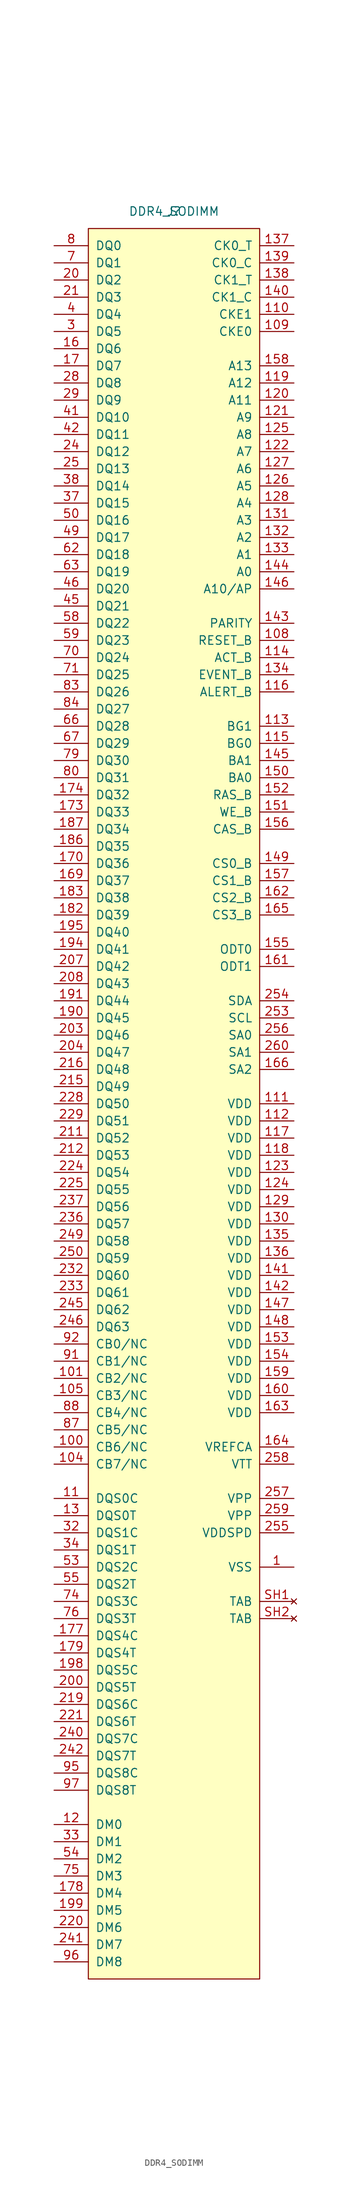
<source format=kicad_sym>
(kicad_symbol_lib
  (version 20231120)
  (generator "kicad_symbol_editor")
  (generator_version "8.0")
  (symbol "DDR4_SODIMM"
    (pin_names
      (offset 1.016))
    (property "Reference" "J"
      (at 0 0 0)
      (effects (font (size 1.27 1.27))))
    (property "Value" "DDR4_SODIMM"
      (at 0 0 0)
      (effects (font (size 1.27 1.27))))
    (symbol "DDR4_SODIMM_0_1"
      (rectangle (start -12.7 -2.54) (end 12.7 -261.62) (stroke (width 0) (type default)) (fill (type background))))
    (symbol "DDR4_SODIMM_1_1"
      (pin power_in line (at 17.78 -200.66 180) (length 5.08) (name "VSS" (effects (font (size 1.27 1.27)))) (number "1" (effects (font (size 1.27 1.27)))))
      (pin power_in line (at 17.78 -200.66 180) (length 5.08) hide (name "VSS" (effects (font (size 1.27 1.27)))) (number "10" (effects (font (size 1.27 1.27)))))
      (pin bidirectional line (at -17.78 -182.88 0) (length 5.08) (name "CB6/NC" (effects (font (size 1.27 1.27)))) (number "100" (effects (font (size 1.27 1.27)))))
      (pin bidirectional line (at -17.78 -172.72 0) (length 5.08) (name "CB2/NC" (effects (font (size 1.27 1.27)))) (number "101" (effects (font (size 1.27 1.27)))))
      (pin power_in line (at 17.78 -200.66 180) (length 5.08) hide (name "VSS" (effects (font (size 1.27 1.27)))) (number "102" (effects (font (size 1.27 1.27)))))
      (pin power_in line (at 17.78 -200.66 180) (length 5.08) hide (name "VSS" (effects (font (size 1.27 1.27)))) (number "103" (effects (font (size 1.27 1.27)))))
      (pin bidirectional line (at -17.78 -185.42 0) (length 5.08) (name "CB7/NC" (effects (font (size 1.27 1.27)))) (number "104" (effects (font (size 1.27 1.27)))))
      (pin bidirectional line (at -17.78 -175.26 0) (length 5.08) (name "CB3/NC" (effects (font (size 1.27 1.27)))) (number "105" (effects (font (size 1.27 1.27)))))
      (pin power_in line (at 17.78 -200.66 180) (length 5.08) hide (name "VSS" (effects (font (size 1.27 1.27)))) (number "106" (effects (font (size 1.27 1.27)))))
      (pin power_in line (at 17.78 -200.66 180) (length 5.08) hide (name "VSS" (effects (font (size 1.27 1.27)))) (number "107" (effects (font (size 1.27 1.27)))))
      (pin input line (at 17.78 -63.5 180) (length 5.08) (name "RESET_B" (effects (font (size 1.27 1.27)))) (number "108" (effects (font (size 1.27 1.27)))))
      (pin input line (at 17.78 -17.78 180) (length 5.08) (name "CKE0" (effects (font (size 1.27 1.27)))) (number "109" (effects (font (size 1.27 1.27)))))
      (pin bidirectional line (at -17.78 -190.5 0) (length 5.08) (name "DQS0C" (effects (font (size 1.27 1.27)))) (number "11" (effects (font (size 1.27 1.27)))))
      (pin input line (at 17.78 -15.24 180) (length 5.08) (name "CKE1" (effects (font (size 1.27 1.27)))) (number "110" (effects (font (size 1.27 1.27)))))
      (pin power_in line (at 17.78 -132.08 180) (length 5.08) (name "VDD" (effects (font (size 1.27 1.27)))) (number "111" (effects (font (size 1.27 1.27)))))
      (pin power_in line (at 17.78 -134.62 180) (length 5.08) (name "VDD" (effects (font (size 1.27 1.27)))) (number "112" (effects (font (size 1.27 1.27)))))
      (pin input line (at 17.78 -76.2 180) (length 5.08) (name "BG1" (effects (font (size 1.27 1.27)))) (number "113" (effects (font (size 1.27 1.27)))))
      (pin input line (at 17.78 -66.04 180) (length 5.08) (name "ACT_B" (effects (font (size 1.27 1.27)))) (number "114" (effects (font (size 1.27 1.27)))))
      (pin input line (at 17.78 -78.74 180) (length 5.08) (name "BG0" (effects (font (size 1.27 1.27)))) (number "115" (effects (font (size 1.27 1.27)))))
      (pin input line (at 17.78 -71.12 180) (length 5.08) (name "ALERT_B" (effects (font (size 1.27 1.27)))) (number "116" (effects (font (size 1.27 1.27)))))
      (pin power_in line (at 17.78 -137.16 180) (length 5.08) (name "VDD" (effects (font (size 1.27 1.27)))) (number "117" (effects (font (size 1.27 1.27)))))
      (pin power_in line (at 17.78 -139.7 180) (length 5.08) (name "VDD" (effects (font (size 1.27 1.27)))) (number "118" (effects (font (size 1.27 1.27)))))
      (pin input line (at 17.78 -25.4 180) (length 5.08) (name "A12" (effects (font (size 1.27 1.27)))) (number "119" (effects (font (size 1.27 1.27)))))
      (pin input line (at -17.78 -238.76 0) (length 5.08) (name "DM0" (effects (font (size 1.27 1.27)))) (number "12" (effects (font (size 1.27 1.27)))))
      (pin input line (at 17.78 -27.94 180) (length 5.08) (name "A11" (effects (font (size 1.27 1.27)))) (number "120" (effects (font (size 1.27 1.27)))))
      (pin input line (at 17.78 -30.48 180) (length 5.08) (name "A9" (effects (font (size 1.27 1.27)))) (number "121" (effects (font (size 1.27 1.27)))))
      (pin input line (at 17.78 -35.56 180) (length 5.08) (name "A7" (effects (font (size 1.27 1.27)))) (number "122" (effects (font (size 1.27 1.27)))))
      (pin power_in line (at 17.78 -142.24 180) (length 5.08) (name "VDD" (effects (font (size 1.27 1.27)))) (number "123" (effects (font (size 1.27 1.27)))))
      (pin power_in line (at 17.78 -144.78 180) (length 5.08) (name "VDD" (effects (font (size 1.27 1.27)))) (number "124" (effects (font (size 1.27 1.27)))))
      (pin input line (at 17.78 -33.02 180) (length 5.08) (name "A8" (effects (font (size 1.27 1.27)))) (number "125" (effects (font (size 1.27 1.27)))))
      (pin input line (at 17.78 -40.64 180) (length 5.08) (name "A5" (effects (font (size 1.27 1.27)))) (number "126" (effects (font (size 1.27 1.27)))))
      (pin input line (at 17.78 -38.1 180) (length 5.08) (name "A6" (effects (font (size 1.27 1.27)))) (number "127" (effects (font (size 1.27 1.27)))))
      (pin input line (at 17.78 -43.18 180) (length 5.08) (name "A4" (effects (font (size 1.27 1.27)))) (number "128" (effects (font (size 1.27 1.27)))))
      (pin power_in line (at 17.78 -147.32 180) (length 5.08) (name "VDD" (effects (font (size 1.27 1.27)))) (number "129" (effects (font (size 1.27 1.27)))))
      (pin bidirectional line (at -17.78 -193.04 0) (length 5.08) (name "DQS0T" (effects (font (size 1.27 1.27)))) (number "13" (effects (font (size 1.27 1.27)))))
      (pin power_in line (at 17.78 -149.86 180) (length 5.08) (name "VDD" (effects (font (size 1.27 1.27)))) (number "130" (effects (font (size 1.27 1.27)))))
      (pin input line (at 17.78 -45.72 180) (length 5.08) (name "A3" (effects (font (size 1.27 1.27)))) (number "131" (effects (font (size 1.27 1.27)))))
      (pin input line (at 17.78 -48.26 180) (length 5.08) (name "A2" (effects (font (size 1.27 1.27)))) (number "132" (effects (font (size 1.27 1.27)))))
      (pin input line (at 17.78 -50.8 180) (length 5.08) (name "A1" (effects (font (size 1.27 1.27)))) (number "133" (effects (font (size 1.27 1.27)))))
      (pin input line (at 17.78 -68.58 180) (length 5.08) (name "EVENT_B" (effects (font (size 1.27 1.27)))) (number "134" (effects (font (size 1.27 1.27)))))
      (pin power_in line (at 17.78 -152.4 180) (length 5.08) (name "VDD" (effects (font (size 1.27 1.27)))) (number "135" (effects (font (size 1.27 1.27)))))
      (pin power_in line (at 17.78 -154.94 180) (length 5.08) (name "VDD" (effects (font (size 1.27 1.27)))) (number "136" (effects (font (size 1.27 1.27)))))
      (pin input line (at 17.78 -5.08 180) (length 5.08) (name "CK0_T" (effects (font (size 1.27 1.27)))) (number "137" (effects (font (size 1.27 1.27)))))
      (pin input line (at 17.78 -10.16 180) (length 5.08) (name "CK1_T" (effects (font (size 1.27 1.27)))) (number "138" (effects (font (size 1.27 1.27)))))
      (pin input line (at 17.78 -7.62 180) (length 5.08) (name "CK0_C" (effects (font (size 1.27 1.27)))) (number "139" (effects (font (size 1.27 1.27)))))
      (pin power_in line (at 17.78 -200.66 180) (length 5.08) hide (name "VSS" (effects (font (size 1.27 1.27)))) (number "14" (effects (font (size 1.27 1.27)))))
      (pin input line (at 17.78 -12.7 180) (length 5.08) (name "CK1_C" (effects (font (size 1.27 1.27)))) (number "140" (effects (font (size 1.27 1.27)))))
      (pin power_in line (at 17.78 -157.48 180) (length 5.08) (name "VDD" (effects (font (size 1.27 1.27)))) (number "141" (effects (font (size 1.27 1.27)))))
      (pin power_in line (at 17.78 -160.02 180) (length 5.08) (name "VDD" (effects (font (size 1.27 1.27)))) (number "142" (effects (font (size 1.27 1.27)))))
      (pin input line (at 17.78 -60.96 180) (length 5.08) (name "PARITY" (effects (font (size 1.27 1.27)))) (number "143" (effects (font (size 1.27 1.27)))))
      (pin input line (at 17.78 -53.34 180) (length 5.08) (name "A0" (effects (font (size 1.27 1.27)))) (number "144" (effects (font (size 1.27 1.27)))))
      (pin input line (at 17.78 -81.28 180) (length 5.08) (name "BA1" (effects (font (size 1.27 1.27)))) (number "145" (effects (font (size 1.27 1.27)))))
      (pin input line (at 17.78 -55.88 180) (length 5.08) (name "A10/AP" (effects (font (size 1.27 1.27)))) (number "146" (effects (font (size 1.27 1.27)))))
      (pin power_in line (at 17.78 -162.56 180) (length 5.08) (name "VDD" (effects (font (size 1.27 1.27)))) (number "147" (effects (font (size 1.27 1.27)))))
      (pin power_in line (at 17.78 -165.1 180) (length 5.08) (name "VDD" (effects (font (size 1.27 1.27)))) (number "148" (effects (font (size 1.27 1.27)))))
      (pin input line (at 17.78 -96.52 180) (length 5.08) (name "CS0_B" (effects (font (size 1.27 1.27)))) (number "149" (effects (font (size 1.27 1.27)))))
      (pin power_in line (at 17.78 -200.66 180) (length 5.08) hide (name "VSS" (effects (font (size 1.27 1.27)))) (number "15" (effects (font (size 1.27 1.27)))))
      (pin input line (at 17.78 -83.82 180) (length 5.08) (name "BA0" (effects (font (size 1.27 1.27)))) (number "150" (effects (font (size 1.27 1.27)))))
      (pin input line (at 17.78 -88.9 180) (length 5.08) (name "WE_B" (effects (font (size 1.27 1.27)))) (number "151" (effects (font (size 1.27 1.27)))))
      (pin input line (at 17.78 -86.36 180) (length 5.08) (name "RAS_B" (effects (font (size 1.27 1.27)))) (number "152" (effects (font (size 1.27 1.27)))))
      (pin power_in line (at 17.78 -167.64 180) (length 5.08) (name "VDD" (effects (font (size 1.27 1.27)))) (number "153" (effects (font (size 1.27 1.27)))))
      (pin power_in line (at 17.78 -170.18 180) (length 5.08) (name "VDD" (effects (font (size 1.27 1.27)))) (number "154" (effects (font (size 1.27 1.27)))))
      (pin input line (at 17.78 -109.22 180) (length 5.08) (name "ODT0" (effects (font (size 1.27 1.27)))) (number "155" (effects (font (size 1.27 1.27)))))
      (pin input line (at 17.78 -91.44 180) (length 5.08) (name "CAS_B" (effects (font (size 1.27 1.27)))) (number "156" (effects (font (size 1.27 1.27)))))
      (pin input line (at 17.78 -99.06 180) (length 5.08) (name "CS1_B" (effects (font (size 1.27 1.27)))) (number "157" (effects (font (size 1.27 1.27)))))
      (pin input line (at 17.78 -22.86 180) (length 5.08) (name "A13" (effects (font (size 1.27 1.27)))) (number "158" (effects (font (size 1.27 1.27)))))
      (pin power_in line (at 17.78 -172.72 180) (length 5.08) (name "VDD" (effects (font (size 1.27 1.27)))) (number "159" (effects (font (size 1.27 1.27)))))
      (pin bidirectional line (at -17.78 -20.32 0) (length 5.08) (name "DQ6" (effects (font (size 1.27 1.27)))) (number "16" (effects (font (size 1.27 1.27)))))
      (pin power_in line (at 17.78 -175.26 180) (length 5.08) (name "VDD" (effects (font (size 1.27 1.27)))) (number "160" (effects (font (size 1.27 1.27)))))
      (pin input line (at 17.78 -111.76 180) (length 5.08) (name "ODT1" (effects (font (size 1.27 1.27)))) (number "161" (effects (font (size 1.27 1.27)))))
      (pin input line (at 17.78 -101.6 180) (length 5.08) (name "CS2_B" (effects (font (size 1.27 1.27)))) (number "162" (effects (font (size 1.27 1.27)))))
      (pin power_in line (at 17.78 -177.8 180) (length 5.08) (name "VDD" (effects (font (size 1.27 1.27)))) (number "163" (effects (font (size 1.27 1.27)))))
      (pin power_in line (at 17.78 -182.88 180) (length 5.08) (name "VREFCA" (effects (font (size 1.27 1.27)))) (number "164" (effects (font (size 1.27 1.27)))))
      (pin input line (at 17.78 -104.14 180) (length 5.08) (name "CS3_B" (effects (font (size 1.27 1.27)))) (number "165" (effects (font (size 1.27 1.27)))))
      (pin bidirectional line (at 17.78 -127 180) (length 5.08) (name "SA2" (effects (font (size 1.27 1.27)))) (number "166" (effects (font (size 1.27 1.27)))))
      (pin power_in line (at 17.78 -200.66 180) (length 5.08) hide (name "VSS" (effects (font (size 1.27 1.27)))) (number "167" (effects (font (size 1.27 1.27)))))
      (pin power_in line (at 17.78 -200.66 180) (length 5.08) hide (name "VSS" (effects (font (size 1.27 1.27)))) (number "168" (effects (font (size 1.27 1.27)))))
      (pin bidirectional line (at -17.78 -99.06 0) (length 5.08) (name "DQ37" (effects (font (size 1.27 1.27)))) (number "169" (effects (font (size 1.27 1.27)))))
      (pin bidirectional line (at -17.78 -22.86 0) (length 5.08) (name "DQ7" (effects (font (size 1.27 1.27)))) (number "17" (effects (font (size 1.27 1.27)))))
      (pin bidirectional line (at -17.78 -96.52 0) (length 5.08) (name "DQ36" (effects (font (size 1.27 1.27)))) (number "170" (effects (font (size 1.27 1.27)))))
      (pin power_in line (at 17.78 -200.66 180) (length 5.08) hide (name "VSS" (effects (font (size 1.27 1.27)))) (number "171" (effects (font (size 1.27 1.27)))))
      (pin power_in line (at 17.78 -200.66 180) (length 5.08) hide (name "VSS" (effects (font (size 1.27 1.27)))) (number "172" (effects (font (size 1.27 1.27)))))
      (pin bidirectional line (at -17.78 -88.9 0) (length 5.08) (name "DQ33" (effects (font (size 1.27 1.27)))) (number "173" (effects (font (size 1.27 1.27)))))
      (pin bidirectional line (at -17.78 -86.36 0) (length 5.08) (name "DQ32" (effects (font (size 1.27 1.27)))) (number "174" (effects (font (size 1.27 1.27)))))
      (pin power_in line (at 17.78 -200.66 180) (length 5.08) hide (name "VSS" (effects (font (size 1.27 1.27)))) (number "175" (effects (font (size 1.27 1.27)))))
      (pin power_in line (at 17.78 -200.66 180) (length 5.08) hide (name "VSS" (effects (font (size 1.27 1.27)))) (number "176" (effects (font (size 1.27 1.27)))))
      (pin bidirectional line (at -17.78 -210.82 0) (length 5.08) (name "DQS4C" (effects (font (size 1.27 1.27)))) (number "177" (effects (font (size 1.27 1.27)))))
      (pin input line (at -17.78 -248.92 0) (length 5.08) (name "DM4" (effects (font (size 1.27 1.27)))) (number "178" (effects (font (size 1.27 1.27)))))
      (pin bidirectional line (at -17.78 -213.36 0) (length 5.08) (name "DQS4T" (effects (font (size 1.27 1.27)))) (number "179" (effects (font (size 1.27 1.27)))))
      (pin power_in line (at 17.78 -200.66 180) (length 5.08) hide (name "VSS" (effects (font (size 1.27 1.27)))) (number "18" (effects (font (size 1.27 1.27)))))
      (pin power_in line (at 17.78 -200.66 180) (length 5.08) hide (name "VSS" (effects (font (size 1.27 1.27)))) (number "180" (effects (font (size 1.27 1.27)))))
      (pin power_in line (at 17.78 -200.66 180) (length 5.08) hide (name "VSS" (effects (font (size 1.27 1.27)))) (number "181" (effects (font (size 1.27 1.27)))))
      (pin bidirectional line (at -17.78 -104.14 0) (length 5.08) (name "DQ39" (effects (font (size 1.27 1.27)))) (number "182" (effects (font (size 1.27 1.27)))))
      (pin bidirectional line (at -17.78 -101.6 0) (length 5.08) (name "DQ38" (effects (font (size 1.27 1.27)))) (number "183" (effects (font (size 1.27 1.27)))))
      (pin power_in line (at 17.78 -200.66 180) (length 5.08) hide (name "VSS" (effects (font (size 1.27 1.27)))) (number "184" (effects (font (size 1.27 1.27)))))
      (pin power_in line (at 17.78 -200.66 180) (length 5.08) hide (name "VSS" (effects (font (size 1.27 1.27)))) (number "185" (effects (font (size 1.27 1.27)))))
      (pin bidirectional line (at -17.78 -93.98 0) (length 5.08) (name "DQ35" (effects (font (size 1.27 1.27)))) (number "186" (effects (font (size 1.27 1.27)))))
      (pin bidirectional line (at -17.78 -91.44 0) (length 5.08) (name "DQ34" (effects (font (size 1.27 1.27)))) (number "187" (effects (font (size 1.27 1.27)))))
      (pin power_in line (at 17.78 -200.66 180) (length 5.08) hide (name "VSS" (effects (font (size 1.27 1.27)))) (number "188" (effects (font (size 1.27 1.27)))))
      (pin power_in line (at 17.78 -200.66 180) (length 5.08) hide (name "VSS" (effects (font (size 1.27 1.27)))) (number "189" (effects (font (size 1.27 1.27)))))
      (pin power_in line (at 17.78 -200.66 180) (length 5.08) hide (name "VSS" (effects (font (size 1.27 1.27)))) (number "19" (effects (font (size 1.27 1.27)))))
      (pin bidirectional line (at -17.78 -119.38 0) (length 5.08) (name "DQ45" (effects (font (size 1.27 1.27)))) (number "190" (effects (font (size 1.27 1.27)))))
      (pin bidirectional line (at -17.78 -116.84 0) (length 5.08) (name "DQ44" (effects (font (size 1.27 1.27)))) (number "191" (effects (font (size 1.27 1.27)))))
      (pin power_in line (at 17.78 -200.66 180) (length 5.08) hide (name "VSS" (effects (font (size 1.27 1.27)))) (number "192" (effects (font (size 1.27 1.27)))))
      (pin power_in line (at 17.78 -200.66 180) (length 5.08) hide (name "VSS" (effects (font (size 1.27 1.27)))) (number "193" (effects (font (size 1.27 1.27)))))
      (pin bidirectional line (at -17.78 -109.22 0) (length 5.08) (name "DQ41" (effects (font (size 1.27 1.27)))) (number "194" (effects (font (size 1.27 1.27)))))
      (pin bidirectional line (at -17.78 -106.68 0) (length 5.08) (name "DQ40" (effects (font (size 1.27 1.27)))) (number "195" (effects (font (size 1.27 1.27)))))
      (pin power_in line (at 17.78 -200.66 180) (length 5.08) hide (name "VSS" (effects (font (size 1.27 1.27)))) (number "196" (effects (font (size 1.27 1.27)))))
      (pin power_in line (at 17.78 -200.66 180) (length 5.08) hide (name "VSS" (effects (font (size 1.27 1.27)))) (number "197" (effects (font (size 1.27 1.27)))))
      (pin bidirectional line (at -17.78 -215.9 0) (length 5.08) (name "DQS5C" (effects (font (size 1.27 1.27)))) (number "198" (effects (font (size 1.27 1.27)))))
      (pin input line (at -17.78 -251.46 0) (length 5.08) (name "DM5" (effects (font (size 1.27 1.27)))) (number "199" (effects (font (size 1.27 1.27)))))
      (pin power_in line (at 17.78 -200.66 180) (length 5.08) hide (name "VSS" (effects (font (size 1.27 1.27)))) (number "2" (effects (font (size 1.27 1.27)))))
      (pin bidirectional line (at -17.78 -10.16 0) (length 5.08) (name "DQ2" (effects (font (size 1.27 1.27)))) (number "20" (effects (font (size 1.27 1.27)))))
      (pin bidirectional line (at -17.78 -218.44 0) (length 5.08) (name "DQS5T" (effects (font (size 1.27 1.27)))) (number "200" (effects (font (size 1.27 1.27)))))
      (pin power_in line (at 17.78 -200.66 180) (length 5.08) hide (name "VSS" (effects (font (size 1.27 1.27)))) (number "201" (effects (font (size 1.27 1.27)))))
      (pin power_in line (at 17.78 -200.66 180) (length 5.08) hide (name "VSS" (effects (font (size 1.27 1.27)))) (number "202" (effects (font (size 1.27 1.27)))))
      (pin bidirectional line (at -17.78 -121.92 0) (length 5.08) (name "DQ46" (effects (font (size 1.27 1.27)))) (number "203" (effects (font (size 1.27 1.27)))))
      (pin bidirectional line (at -17.78 -124.46 0) (length 5.08) (name "DQ47" (effects (font (size 1.27 1.27)))) (number "204" (effects (font (size 1.27 1.27)))))
      (pin power_in line (at 17.78 -200.66 180) (length 5.08) hide (name "VSS" (effects (font (size 1.27 1.27)))) (number "205" (effects (font (size 1.27 1.27)))))
      (pin power_in line (at 17.78 -200.66 180) (length 5.08) hide (name "VSS" (effects (font (size 1.27 1.27)))) (number "206" (effects (font (size 1.27 1.27)))))
      (pin bidirectional line (at -17.78 -111.76 0) (length 5.08) (name "DQ42" (effects (font (size 1.27 1.27)))) (number "207" (effects (font (size 1.27 1.27)))))
      (pin bidirectional line (at -17.78 -114.3 0) (length 5.08) (name "DQ43" (effects (font (size 1.27 1.27)))) (number "208" (effects (font (size 1.27 1.27)))))
      (pin power_in line (at 17.78 -200.66 180) (length 5.08) hide (name "VSS" (effects (font (size 1.27 1.27)))) (number "209" (effects (font (size 1.27 1.27)))))
      (pin bidirectional line (at -17.78 -12.7 0) (length 5.08) (name "DQ3" (effects (font (size 1.27 1.27)))) (number "21" (effects (font (size 1.27 1.27)))))
      (pin power_in line (at 17.78 -200.66 180) (length 5.08) hide (name "VSS" (effects (font (size 1.27 1.27)))) (number "210" (effects (font (size 1.27 1.27)))))
      (pin bidirectional line (at -17.78 -137.16 0) (length 5.08) (name "DQ52" (effects (font (size 1.27 1.27)))) (number "211" (effects (font (size 1.27 1.27)))))
      (pin bidirectional line (at -17.78 -139.7 0) (length 5.08) (name "DQ53" (effects (font (size 1.27 1.27)))) (number "212" (effects (font (size 1.27 1.27)))))
      (pin power_in line (at 17.78 -200.66 180) (length 5.08) hide (name "VSS" (effects (font (size 1.27 1.27)))) (number "213" (effects (font (size 1.27 1.27)))))
      (pin power_in line (at 17.78 -200.66 180) (length 5.08) hide (name "VSS" (effects (font (size 1.27 1.27)))) (number "214" (effects (font (size 1.27 1.27)))))
      (pin bidirectional line (at -17.78 -129.54 0) (length 5.08) (name "DQ49" (effects (font (size 1.27 1.27)))) (number "215" (effects (font (size 1.27 1.27)))))
      (pin bidirectional line (at -17.78 -127 0) (length 5.08) (name "DQ48" (effects (font (size 1.27 1.27)))) (number "216" (effects (font (size 1.27 1.27)))))
      (pin power_in line (at 17.78 -200.66 180) (length 5.08) hide (name "VSS" (effects (font (size 1.27 1.27)))) (number "217" (effects (font (size 1.27 1.27)))))
      (pin power_in line (at 17.78 -200.66 180) (length 5.08) hide (name "VSS" (effects (font (size 1.27 1.27)))) (number "218" (effects (font (size 1.27 1.27)))))
      (pin bidirectional line (at -17.78 -220.98 0) (length 5.08) (name "DQS6C" (effects (font (size 1.27 1.27)))) (number "219" (effects (font (size 1.27 1.27)))))
      (pin power_in line (at 17.78 -200.66 180) (length 5.08) hide (name "VSS" (effects (font (size 1.27 1.27)))) (number "22" (effects (font (size 1.27 1.27)))))
      (pin input line (at -17.78 -254 0) (length 5.08) (name "DM6" (effects (font (size 1.27 1.27)))) (number "220" (effects (font (size 1.27 1.27)))))
      (pin bidirectional line (at -17.78 -223.52 0) (length 5.08) (name "DQS6T" (effects (font (size 1.27 1.27)))) (number "221" (effects (font (size 1.27 1.27)))))
      (pin power_in line (at 17.78 -200.66 180) (length 5.08) hide (name "VSS" (effects (font (size 1.27 1.27)))) (number "222" (effects (font (size 1.27 1.27)))))
      (pin power_in line (at 17.78 -200.66 180) (length 5.08) hide (name "VSS" (effects (font (size 1.27 1.27)))) (number "223" (effects (font (size 1.27 1.27)))))
      (pin bidirectional line (at -17.78 -142.24 0) (length 5.08) (name "DQ54" (effects (font (size 1.27 1.27)))) (number "224" (effects (font (size 1.27 1.27)))))
      (pin bidirectional line (at -17.78 -144.78 0) (length 5.08) (name "DQ55" (effects (font (size 1.27 1.27)))) (number "225" (effects (font (size 1.27 1.27)))))
      (pin power_in line (at 17.78 -200.66 180) (length 5.08) hide (name "VSS" (effects (font (size 1.27 1.27)))) (number "226" (effects (font (size 1.27 1.27)))))
      (pin power_in line (at 17.78 -200.66 180) (length 5.08) hide (name "VSS" (effects (font (size 1.27 1.27)))) (number "227" (effects (font (size 1.27 1.27)))))
      (pin bidirectional line (at -17.78 -132.08 0) (length 5.08) (name "DQ50" (effects (font (size 1.27 1.27)))) (number "228" (effects (font (size 1.27 1.27)))))
      (pin bidirectional line (at -17.78 -134.62 0) (length 5.08) (name "DQ51" (effects (font (size 1.27 1.27)))) (number "229" (effects (font (size 1.27 1.27)))))
      (pin power_in line (at 17.78 -200.66 180) (length 5.08) hide (name "VSS" (effects (font (size 1.27 1.27)))) (number "23" (effects (font (size 1.27 1.27)))))
      (pin power_in line (at 17.78 -200.66 180) (length 5.08) hide (name "VSS" (effects (font (size 1.27 1.27)))) (number "230" (effects (font (size 1.27 1.27)))))
      (pin power_in line (at 17.78 -200.66 180) (length 5.08) hide (name "VSS" (effects (font (size 1.27 1.27)))) (number "231" (effects (font (size 1.27 1.27)))))
      (pin bidirectional line (at -17.78 -157.48 0) (length 5.08) (name "DQ60" (effects (font (size 1.27 1.27)))) (number "232" (effects (font (size 1.27 1.27)))))
      (pin bidirectional line (at -17.78 -160.02 0) (length 5.08) (name "DQ61" (effects (font (size 1.27 1.27)))) (number "233" (effects (font (size 1.27 1.27)))))
      (pin power_in line (at 17.78 -200.66 180) (length 5.08) hide (name "VSS" (effects (font (size 1.27 1.27)))) (number "234" (effects (font (size 1.27 1.27)))))
      (pin power_in line (at 17.78 -200.66 180) (length 5.08) hide (name "VSS" (effects (font (size 1.27 1.27)))) (number "235" (effects (font (size 1.27 1.27)))))
      (pin bidirectional line (at -17.78 -149.86 0) (length 5.08) (name "DQ57" (effects (font (size 1.27 1.27)))) (number "236" (effects (font (size 1.27 1.27)))))
      (pin bidirectional line (at -17.78 -147.32 0) (length 5.08) (name "DQ56" (effects (font (size 1.27 1.27)))) (number "237" (effects (font (size 1.27 1.27)))))
      (pin power_in line (at 17.78 -200.66 180) (length 5.08) hide (name "VSS" (effects (font (size 1.27 1.27)))) (number "238" (effects (font (size 1.27 1.27)))))
      (pin power_in line (at 17.78 -200.66 180) (length 5.08) hide (name "VSS" (effects (font (size 1.27 1.27)))) (number "239" (effects (font (size 1.27 1.27)))))
      (pin bidirectional line (at -17.78 -35.56 0) (length 5.08) (name "DQ12" (effects (font (size 1.27 1.27)))) (number "24" (effects (font (size 1.27 1.27)))))
      (pin bidirectional line (at -17.78 -226.06 0) (length 5.08) (name "DQS7C" (effects (font (size 1.27 1.27)))) (number "240" (effects (font (size 1.27 1.27)))))
      (pin input line (at -17.78 -256.54 0) (length 5.08) (name "DM7" (effects (font (size 1.27 1.27)))) (number "241" (effects (font (size 1.27 1.27)))))
      (pin bidirectional line (at -17.78 -228.6 0) (length 5.08) (name "DQS7T" (effects (font (size 1.27 1.27)))) (number "242" (effects (font (size 1.27 1.27)))))
      (pin power_in line (at 17.78 -200.66 180) (length 5.08) hide (name "VSS" (effects (font (size 1.27 1.27)))) (number "243" (effects (font (size 1.27 1.27)))))
      (pin power_in line (at 17.78 -200.66 180) (length 5.08) hide (name "VSS" (effects (font (size 1.27 1.27)))) (number "244" (effects (font (size 1.27 1.27)))))
      (pin bidirectional line (at -17.78 -162.56 0) (length 5.08) (name "DQ62" (effects (font (size 1.27 1.27)))) (number "245" (effects (font (size 1.27 1.27)))))
      (pin bidirectional line (at -17.78 -165.1 0) (length 5.08) (name "DQ63" (effects (font (size 1.27 1.27)))) (number "246" (effects (font (size 1.27 1.27)))))
      (pin power_in line (at 17.78 -200.66 180) (length 5.08) hide (name "VSS" (effects (font (size 1.27 1.27)))) (number "247" (effects (font (size 1.27 1.27)))))
      (pin power_in line (at 17.78 -200.66 180) (length 5.08) hide (name "VSS" (effects (font (size 1.27 1.27)))) (number "248" (effects (font (size 1.27 1.27)))))
      (pin bidirectional line (at -17.78 -152.4 0) (length 5.08) (name "DQ58" (effects (font (size 1.27 1.27)))) (number "249" (effects (font (size 1.27 1.27)))))
      (pin bidirectional line (at -17.78 -38.1 0) (length 5.08) (name "DQ13" (effects (font (size 1.27 1.27)))) (number "25" (effects (font (size 1.27 1.27)))))
      (pin bidirectional line (at -17.78 -154.94 0) (length 5.08) (name "DQ59" (effects (font (size 1.27 1.27)))) (number "250" (effects (font (size 1.27 1.27)))))
      (pin power_in line (at 17.78 -200.66 180) (length 5.08) hide (name "VSS" (effects (font (size 1.27 1.27)))) (number "251" (effects (font (size 1.27 1.27)))))
      (pin power_in line (at 17.78 -200.66 180) (length 5.08) hide (name "VSS" (effects (font (size 1.27 1.27)))) (number "252" (effects (font (size 1.27 1.27)))))
      (pin bidirectional line (at 17.78 -119.38 180) (length 5.08) (name "SCL" (effects (font (size 1.27 1.27)))) (number "253" (effects (font (size 1.27 1.27)))))
      (pin bidirectional line (at 17.78 -116.84 180) (length 5.08) (name "SDA" (effects (font (size 1.27 1.27)))) (number "254" (effects (font (size 1.27 1.27)))))
      (pin power_in line (at 17.78 -195.58 180) (length 5.08) (name "VDDSPD" (effects (font (size 1.27 1.27)))) (number "255" (effects (font (size 1.27 1.27)))))
      (pin bidirectional line (at 17.78 -121.92 180) (length 5.08) (name "SA0" (effects (font (size 1.27 1.27)))) (number "256" (effects (font (size 1.27 1.27)))))
      (pin power_in line (at 17.78 -190.5 180) (length 5.08) (name "VPP" (effects (font (size 1.27 1.27)))) (number "257" (effects (font (size 1.27 1.27)))))
      (pin power_in line (at 17.78 -185.42 180) (length 5.08) (name "VTT" (effects (font (size 1.27 1.27)))) (number "258" (effects (font (size 1.27 1.27)))))
      (pin power_in line (at 17.78 -193.04 180) (length 5.08) (name "VPP" (effects (font (size 1.27 1.27)))) (number "259" (effects (font (size 1.27 1.27)))))
      (pin power_in line (at 17.78 -200.66 180) (length 5.08) hide (name "VSS" (effects (font (size 1.27 1.27)))) (number "26" (effects (font (size 1.27 1.27)))))
      (pin bidirectional line (at 17.78 -124.46 180) (length 5.08) (name "SA1" (effects (font (size 1.27 1.27)))) (number "260" (effects (font (size 1.27 1.27)))))
      (pin power_in line (at 17.78 -200.66 180) (length 5.08) hide (name "VSS" (effects (font (size 1.27 1.27)))) (number "27" (effects (font (size 1.27 1.27)))))
      (pin bidirectional line (at -17.78 -25.4 0) (length 5.08) (name "DQ8" (effects (font (size 1.27 1.27)))) (number "28" (effects (font (size 1.27 1.27)))))
      (pin bidirectional line (at -17.78 -27.94 0) (length 5.08) (name "DQ9" (effects (font (size 1.27 1.27)))) (number "29" (effects (font (size 1.27 1.27)))))
      (pin bidirectional line (at -17.78 -17.78 0) (length 5.08) (name "DQ5" (effects (font (size 1.27 1.27)))) (number "3" (effects (font (size 1.27 1.27)))))
      (pin power_in line (at 17.78 -200.66 180) (length 5.08) hide (name "VSS" (effects (font (size 1.27 1.27)))) (number "30" (effects (font (size 1.27 1.27)))))
      (pin power_in line (at 17.78 -200.66 180) (length 5.08) hide (name "VSS" (effects (font (size 1.27 1.27)))) (number "31" (effects (font (size 1.27 1.27)))))
      (pin bidirectional line (at -17.78 -195.58 0) (length 5.08) (name "DQS1C" (effects (font (size 1.27 1.27)))) (number "32" (effects (font (size 1.27 1.27)))))
      (pin input line (at -17.78 -241.3 0) (length 5.08) (name "DM1" (effects (font (size 1.27 1.27)))) (number "33" (effects (font (size 1.27 1.27)))))
      (pin bidirectional line (at -17.78 -198.12 0) (length 5.08) (name "DQS1T" (effects (font (size 1.27 1.27)))) (number "34" (effects (font (size 1.27 1.27)))))
      (pin power_in line (at 17.78 -200.66 180) (length 5.08) hide (name "VSS" (effects (font (size 1.27 1.27)))) (number "35" (effects (font (size 1.27 1.27)))))
      (pin power_in line (at 17.78 -200.66 180) (length 5.08) hide (name "VSS" (effects (font (size 1.27 1.27)))) (number "36" (effects (font (size 1.27 1.27)))))
      (pin bidirectional line (at -17.78 -43.18 0) (length 5.08) (name "DQ15" (effects (font (size 1.27 1.27)))) (number "37" (effects (font (size 1.27 1.27)))))
      (pin bidirectional line (at -17.78 -40.64 0) (length 5.08) (name "DQ14" (effects (font (size 1.27 1.27)))) (number "38" (effects (font (size 1.27 1.27)))))
      (pin power_in line (at 17.78 -200.66 180) (length 5.08) hide (name "VSS" (effects (font (size 1.27 1.27)))) (number "39" (effects (font (size 1.27 1.27)))))
      (pin bidirectional line (at -17.78 -15.24 0) (length 5.08) (name "DQ4" (effects (font (size 1.27 1.27)))) (number "4" (effects (font (size 1.27 1.27)))))
      (pin power_in line (at 17.78 -200.66 180) (length 5.08) hide (name "VSS" (effects (font (size 1.27 1.27)))) (number "40" (effects (font (size 1.27 1.27)))))
      (pin bidirectional line (at -17.78 -30.48 0) (length 5.08) (name "DQ10" (effects (font (size 1.27 1.27)))) (number "41" (effects (font (size 1.27 1.27)))))
      (pin bidirectional line (at -17.78 -33.02 0) (length 5.08) (name "DQ11" (effects (font (size 1.27 1.27)))) (number "42" (effects (font (size 1.27 1.27)))))
      (pin power_in line (at 17.78 -200.66 180) (length 5.08) hide (name "VSS" (effects (font (size 1.27 1.27)))) (number "43" (effects (font (size 1.27 1.27)))))
      (pin power_in line (at 17.78 -200.66 180) (length 5.08) hide (name "VSS" (effects (font (size 1.27 1.27)))) (number "44" (effects (font (size 1.27 1.27)))))
      (pin bidirectional line (at -17.78 -58.42 0) (length 5.08) (name "DQ21" (effects (font (size 1.27 1.27)))) (number "45" (effects (font (size 1.27 1.27)))))
      (pin bidirectional line (at -17.78 -55.88 0) (length 5.08) (name "DQ20" (effects (font (size 1.27 1.27)))) (number "46" (effects (font (size 1.27 1.27)))))
      (pin power_in line (at 17.78 -200.66 180) (length 5.08) hide (name "VSS" (effects (font (size 1.27 1.27)))) (number "47" (effects (font (size 1.27 1.27)))))
      (pin power_in line (at 17.78 -200.66 180) (length 5.08) hide (name "VSS" (effects (font (size 1.27 1.27)))) (number "48" (effects (font (size 1.27 1.27)))))
      (pin bidirectional line (at -17.78 -48.26 0) (length 5.08) (name "DQ17" (effects (font (size 1.27 1.27)))) (number "49" (effects (font (size 1.27 1.27)))))
      (pin power_in line (at 17.78 -200.66 180) (length 5.08) hide (name "VSS" (effects (font (size 1.27 1.27)))) (number "5" (effects (font (size 1.27 1.27)))))
      (pin bidirectional line (at -17.78 -45.72 0) (length 5.08) (name "DQ16" (effects (font (size 1.27 1.27)))) (number "50" (effects (font (size 1.27 1.27)))))
      (pin power_in line (at 17.78 -200.66 180) (length 5.08) hide (name "VSS" (effects (font (size 1.27 1.27)))) (number "51" (effects (font (size 1.27 1.27)))))
      (pin power_in line (at 17.78 -200.66 180) (length 5.08) hide (name "VSS" (effects (font (size 1.27 1.27)))) (number "52" (effects (font (size 1.27 1.27)))))
      (pin bidirectional line (at -17.78 -200.66 0) (length 5.08) (name "DQS2C" (effects (font (size 1.27 1.27)))) (number "53" (effects (font (size 1.27 1.27)))))
      (pin input line (at -17.78 -243.84 0) (length 5.08) (name "DM2" (effects (font (size 1.27 1.27)))) (number "54" (effects (font (size 1.27 1.27)))))
      (pin bidirectional line (at -17.78 -203.2 0) (length 5.08) (name "DQS2T" (effects (font (size 1.27 1.27)))) (number "55" (effects (font (size 1.27 1.27)))))
      (pin power_in line (at 17.78 -200.66 180) (length 5.08) hide (name "VSS" (effects (font (size 1.27 1.27)))) (number "56" (effects (font (size 1.27 1.27)))))
      (pin power_in line (at 17.78 -200.66 180) (length 5.08) hide (name "VSS" (effects (font (size 1.27 1.27)))) (number "57" (effects (font (size 1.27 1.27)))))
      (pin bidirectional line (at -17.78 -60.96 0) (length 5.08) (name "DQ22" (effects (font (size 1.27 1.27)))) (number "58" (effects (font (size 1.27 1.27)))))
      (pin bidirectional line (at -17.78 -63.5 0) (length 5.08) (name "DQ23" (effects (font (size 1.27 1.27)))) (number "59" (effects (font (size 1.27 1.27)))))
      (pin power_in line (at 17.78 -200.66 180) (length 5.08) hide (name "VSS" (effects (font (size 1.27 1.27)))) (number "6" (effects (font (size 1.27 1.27)))))
      (pin power_in line (at 17.78 -200.66 180) (length 5.08) hide (name "VSS" (effects (font (size 1.27 1.27)))) (number "60" (effects (font (size 1.27 1.27)))))
      (pin power_in line (at 17.78 -200.66 180) (length 5.08) hide (name "VSS" (effects (font (size 1.27 1.27)))) (number "61" (effects (font (size 1.27 1.27)))))
      (pin bidirectional line (at -17.78 -50.8 0) (length 5.08) (name "DQ18" (effects (font (size 1.27 1.27)))) (number "62" (effects (font (size 1.27 1.27)))))
      (pin bidirectional line (at -17.78 -53.34 0) (length 5.08) (name "DQ19" (effects (font (size 1.27 1.27)))) (number "63" (effects (font (size 1.27 1.27)))))
      (pin power_in line (at 17.78 -200.66 180) (length 5.08) hide (name "VSS" (effects (font (size 1.27 1.27)))) (number "64" (effects (font (size 1.27 1.27)))))
      (pin power_in line (at 17.78 -200.66 180) (length 5.08) hide (name "VSS" (effects (font (size 1.27 1.27)))) (number "65" (effects (font (size 1.27 1.27)))))
      (pin bidirectional line (at -17.78 -76.2 0) (length 5.08) (name "DQ28" (effects (font (size 1.27 1.27)))) (number "66" (effects (font (size 1.27 1.27)))))
      (pin bidirectional line (at -17.78 -78.74 0) (length 5.08) (name "DQ29" (effects (font (size 1.27 1.27)))) (number "67" (effects (font (size 1.27 1.27)))))
      (pin power_in line (at 17.78 -200.66 180) (length 5.08) hide (name "VSS" (effects (font (size 1.27 1.27)))) (number "68" (effects (font (size 1.27 1.27)))))
      (pin power_in line (at 17.78 -200.66 180) (length 5.08) hide (name "VSS" (effects (font (size 1.27 1.27)))) (number "69" (effects (font (size 1.27 1.27)))))
      (pin bidirectional line (at -17.78 -7.62 0) (length 5.08) (name "DQ1" (effects (font (size 1.27 1.27)))) (number "7" (effects (font (size 1.27 1.27)))))
      (pin bidirectional line (at -17.78 -66.04 0) (length 5.08) (name "DQ24" (effects (font (size 1.27 1.27)))) (number "70" (effects (font (size 1.27 1.27)))))
      (pin bidirectional line (at -17.78 -68.58 0) (length 5.08) (name "DQ25" (effects (font (size 1.27 1.27)))) (number "71" (effects (font (size 1.27 1.27)))))
      (pin power_in line (at 17.78 -200.66 180) (length 5.08) hide (name "VSS" (effects (font (size 1.27 1.27)))) (number "72" (effects (font (size 1.27 1.27)))))
      (pin power_in line (at 17.78 -200.66 180) (length 5.08) hide (name "VSS" (effects (font (size 1.27 1.27)))) (number "73" (effects (font (size 1.27 1.27)))))
      (pin bidirectional line (at -17.78 -205.74 0) (length 5.08) (name "DQS3C" (effects (font (size 1.27 1.27)))) (number "74" (effects (font (size 1.27 1.27)))))
      (pin input line (at -17.78 -246.38 0) (length 5.08) (name "DM3" (effects (font (size 1.27 1.27)))) (number "75" (effects (font (size 1.27 1.27)))))
      (pin bidirectional line (at -17.78 -208.28 0) (length 5.08) (name "DQS3T" (effects (font (size 1.27 1.27)))) (number "76" (effects (font (size 1.27 1.27)))))
      (pin power_in line (at 17.78 -200.66 180) (length 5.08) hide (name "VSS" (effects (font (size 1.27 1.27)))) (number "77" (effects (font (size 1.27 1.27)))))
      (pin power_in line (at 17.78 -200.66 180) (length 5.08) hide (name "VSS" (effects (font (size 1.27 1.27)))) (number "78" (effects (font (size 1.27 1.27)))))
      (pin bidirectional line (at -17.78 -81.28 0) (length 5.08) (name "DQ30" (effects (font (size 1.27 1.27)))) (number "79" (effects (font (size 1.27 1.27)))))
      (pin bidirectional line (at -17.78 -5.08 0) (length 5.08) (name "DQ0" (effects (font (size 1.27 1.27)))) (number "8" (effects (font (size 1.27 1.27)))))
      (pin bidirectional line (at -17.78 -83.82 0) (length 5.08) (name "DQ31" (effects (font (size 1.27 1.27)))) (number "80" (effects (font (size 1.27 1.27)))))
      (pin power_in line (at 17.78 -200.66 180) (length 5.08) hide (name "VSS" (effects (font (size 1.27 1.27)))) (number "81" (effects (font (size 1.27 1.27)))))
      (pin power_in line (at 17.78 -200.66 180) (length 5.08) hide (name "VSS" (effects (font (size 1.27 1.27)))) (number "82" (effects (font (size 1.27 1.27)))))
      (pin bidirectional line (at -17.78 -71.12 0) (length 5.08) (name "DQ26" (effects (font (size 1.27 1.27)))) (number "83" (effects (font (size 1.27 1.27)))))
      (pin bidirectional line (at -17.78 -73.66 0) (length 5.08) (name "DQ27" (effects (font (size 1.27 1.27)))) (number "84" (effects (font (size 1.27 1.27)))))
      (pin power_in line (at 17.78 -200.66 180) (length 5.08) hide (name "VSS" (effects (font (size 1.27 1.27)))) (number "85" (effects (font (size 1.27 1.27)))))
      (pin power_in line (at 17.78 -200.66 180) (length 5.08) hide (name "VSS" (effects (font (size 1.27 1.27)))) (number "86" (effects (font (size 1.27 1.27)))))
      (pin bidirectional line (at -17.78 -180.34 0) (length 5.08) (name "CB5/NC" (effects (font (size 1.27 1.27)))) (number "87" (effects (font (size 1.27 1.27)))))
      (pin bidirectional line (at -17.78 -177.8 0) (length 5.08) (name "CB4/NC" (effects (font (size 1.27 1.27)))) (number "88" (effects (font (size 1.27 1.27)))))
      (pin power_in line (at 17.78 -200.66 180) (length 5.08) hide (name "VSS" (effects (font (size 1.27 1.27)))) (number "89" (effects (font (size 1.27 1.27)))))
      (pin power_in line (at 17.78 -200.66 180) (length 5.08) hide (name "VSS" (effects (font (size 1.27 1.27)))) (number "9" (effects (font (size 1.27 1.27)))))
      (pin power_in line (at 17.78 -200.66 180) (length 5.08) hide (name "VSS" (effects (font (size 1.27 1.27)))) (number "90" (effects (font (size 1.27 1.27)))))
      (pin bidirectional line (at -17.78 -170.18 0) (length 5.08) (name "CB1/NC" (effects (font (size 1.27 1.27)))) (number "91" (effects (font (size 1.27 1.27)))))
      (pin bidirectional line (at -17.78 -167.64 0) (length 5.08) (name "CB0/NC" (effects (font (size 1.27 1.27)))) (number "92" (effects (font (size 1.27 1.27)))))
      (pin power_in line (at 17.78 -200.66 180) (length 5.08) hide (name "VSS" (effects (font (size 1.27 1.27)))) (number "93" (effects (font (size 1.27 1.27)))))
      (pin power_in line (at 17.78 -200.66 180) (length 5.08) hide (name "VSS" (effects (font (size 1.27 1.27)))) (number "94" (effects (font (size 1.27 1.27)))))
      (pin bidirectional line (at -17.78 -231.14 0) (length 5.08) (name "DQS8C" (effects (font (size 1.27 1.27)))) (number "95" (effects (font (size 1.27 1.27)))))
      (pin input line (at -17.78 -259.08 0) (length 5.08) (name "DM8" (effects (font (size 1.27 1.27)))) (number "96" (effects (font (size 1.27 1.27)))))
      (pin bidirectional line (at -17.78 -233.68 0) (length 5.08) (name "DQS8T" (effects (font (size 1.27 1.27)))) (number "97" (effects (font (size 1.27 1.27)))))
      (pin power_in line (at 17.78 -200.66 180) (length 5.08) hide (name "VSS" (effects (font (size 1.27 1.27)))) (number "98" (effects (font (size 1.27 1.27)))))
      (pin power_in line (at 17.78 -200.66 180) (length 5.08) hide (name "VSS" (effects (font (size 1.27 1.27)))) (number "99" (effects (font (size 1.27 1.27)))))
      (pin no_connect line (at 17.78 -205.74 180) (length 5.08) (name "TAB" (effects (font (size 1.27 1.27)))) (number "SH1" (effects (font (size 1.27 1.27)))))
      (pin no_connect line (at 17.78 -208.28 180) (length 5.08) (name "TAB" (effects (font (size 1.27 1.27)))) (number "SH2" (effects (font (size 1.27 1.27))))))))
</source>
